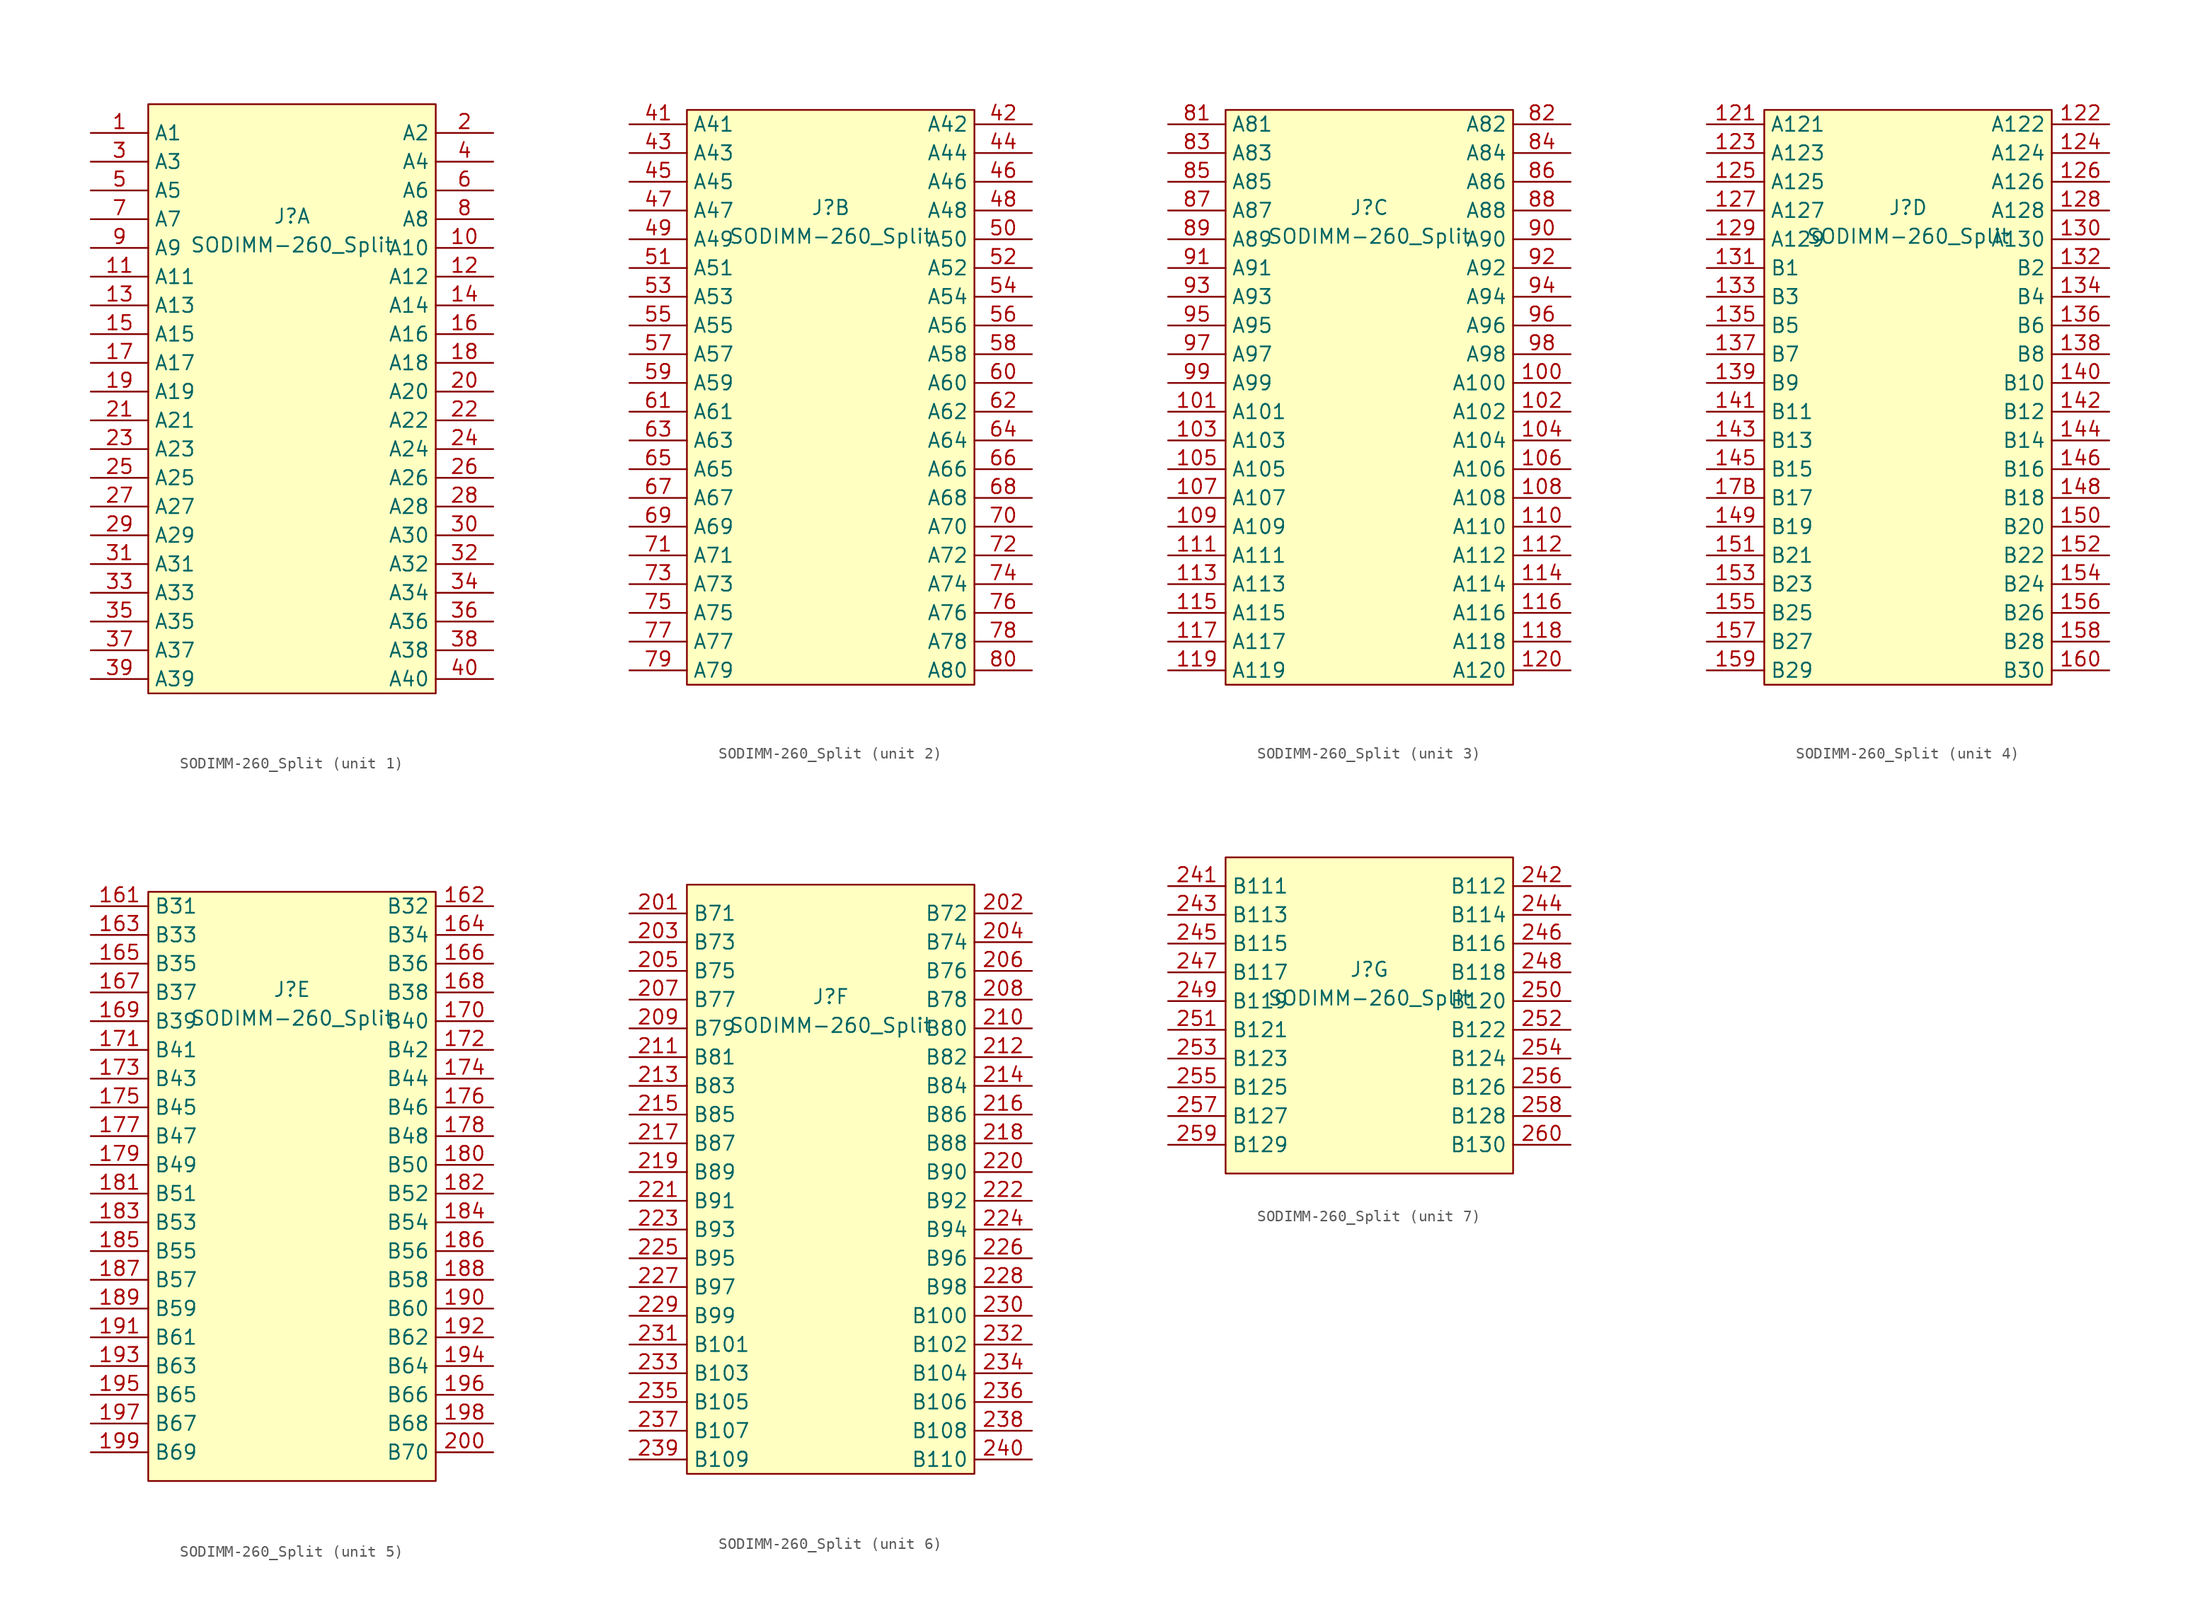
<source format=kicad_sym>
(kicad_symbol_lib
  (version 20241209)
  (generator "kicad_symbol_editor")
  (generator_version "9.0")
  (symbol "SODIMM-260_Split"
    (property "Reference" "J"
      (at 0 15.494 0)
      (effects (font (size 1.27 1.27))))
    (property "Value" "SODIMM-260_Split"
      (at 0 12.954 0)
      (effects (font (size 1.27 1.27))))
    (property "ki_locked" ""
      (at 0 0 0)
      (effects (font (size 1.27 1.27))))
    (symbol "SODIMM-260_Split_1_1"
      (rectangle (start -12.7 25.4) (end 12.7 -26.67) (stroke (width 0) (type default)) (fill (type background)))
      (pin passive line (at -17.78 22.86 0) (length 5.08) (name "A1" (effects (font (size 1.27 1.27)))) (number "1" (effects (font (size 1.27 1.27)))))
      (pin passive line (at -17.78 20.32 0) (length 5.08) (name "A3" (effects (font (size 1.27 1.27)))) (number "3" (effects (font (size 1.27 1.27)))))
      (pin passive line (at -17.78 17.78 0) (length 5.08) (name "A5" (effects (font (size 1.27 1.27)))) (number "5" (effects (font (size 1.27 1.27)))))
      (pin passive line (at -17.78 15.24 0) (length 5.08) (name "A7" (effects (font (size 1.27 1.27)))) (number "7" (effects (font (size 1.27 1.27)))))
      (pin passive line (at -17.78 12.7 0) (length 5.08) (name "A9" (effects (font (size 1.27 1.27)))) (number "9" (effects (font (size 1.27 1.27)))))
      (pin passive line (at -17.78 10.16 0) (length 5.08) (name "A11" (effects (font (size 1.27 1.27)))) (number "11" (effects (font (size 1.27 1.27)))))
      (pin passive line (at -17.78 7.62 0) (length 5.08) (name "A13" (effects (font (size 1.27 1.27)))) (number "13" (effects (font (size 1.27 1.27)))))
      (pin passive line (at -17.78 5.08 0) (length 5.08) (name "A15" (effects (font (size 1.27 1.27)))) (number "15" (effects (font (size 1.27 1.27)))))
      (pin passive line (at -17.78 2.54 0) (length 5.08) (name "A17" (effects (font (size 1.27 1.27)))) (number "17" (effects (font (size 1.27 1.27)))))
      (pin passive line (at -17.78 0 0) (length 5.08) (name "A19" (effects (font (size 1.27 1.27)))) (number "19" (effects (font (size 1.27 1.27)))))
      (pin passive line (at -17.78 -2.54 0) (length 5.08) (name "A21" (effects (font (size 1.27 1.27)))) (number "21" (effects (font (size 1.27 1.27)))))
      (pin passive line (at -17.78 -5.08 0) (length 5.08) (name "A23" (effects (font (size 1.27 1.27)))) (number "23" (effects (font (size 1.27 1.27)))))
      (pin passive line (at -17.78 -7.62 0) (length 5.08) (name "A25" (effects (font (size 1.27 1.27)))) (number "25" (effects (font (size 1.27 1.27)))))
      (pin passive line (at -17.78 -10.16 0) (length 5.08) (name "A27" (effects (font (size 1.27 1.27)))) (number "27" (effects (font (size 1.27 1.27)))))
      (pin passive line (at -17.78 -12.7 0) (length 5.08) (name "A29" (effects (font (size 1.27 1.27)))) (number "29" (effects (font (size 1.27 1.27)))))
      (pin passive line (at -17.78 -15.24 0) (length 5.08) (name "A31" (effects (font (size 1.27 1.27)))) (number "31" (effects (font (size 1.27 1.27)))))
      (pin passive line (at -17.78 -17.78 0) (length 5.08) (name "A33" (effects (font (size 1.27 1.27)))) (number "33" (effects (font (size 1.27 1.27)))))
      (pin passive line (at -17.78 -20.32 0) (length 5.08) (name "A35" (effects (font (size 1.27 1.27)))) (number "35" (effects (font (size 1.27 1.27)))))
      (pin passive line (at -17.78 -22.86 0) (length 5.08) (name "A37" (effects (font (size 1.27 1.27)))) (number "37" (effects (font (size 1.27 1.27)))))
      (pin passive line (at -17.78 -25.4 0) (length 5.08) (name "A39" (effects (font (size 1.27 1.27)))) (number "39" (effects (font (size 1.27 1.27)))))
      (pin passive line (at 17.78 22.86 180) (length 5.08) (name "A2" (effects (font (size 1.27 1.27)))) (number "2" (effects (font (size 1.27 1.27)))))
      (pin passive line (at 17.78 20.32 180) (length 5.08) (name "A4" (effects (font (size 1.27 1.27)))) (number "4" (effects (font (size 1.27 1.27)))))
      (pin passive line (at 17.78 17.78 180) (length 5.08) (name "A6" (effects (font (size 1.27 1.27)))) (number "6" (effects (font (size 1.27 1.27)))))
      (pin passive line (at 17.78 15.24 180) (length 5.08) (name "A8" (effects (font (size 1.27 1.27)))) (number "8" (effects (font (size 1.27 1.27)))))
      (pin passive line (at 17.78 12.7 180) (length 5.08) (name "A10" (effects (font (size 1.27 1.27)))) (number "10" (effects (font (size 1.27 1.27)))))
      (pin passive line (at 17.78 10.16 180) (length 5.08) (name "A12" (effects (font (size 1.27 1.27)))) (number "12" (effects (font (size 1.27 1.27)))))
      (pin passive line (at 17.78 7.62 180) (length 5.08) (name "A14" (effects (font (size 1.27 1.27)))) (number "14" (effects (font (size 1.27 1.27)))))
      (pin passive line (at 17.78 5.08 180) (length 5.08) (name "A16" (effects (font (size 1.27 1.27)))) (number "16" (effects (font (size 1.27 1.27)))))
      (pin passive line (at 17.78 2.54 180) (length 5.08) (name "A18" (effects (font (size 1.27 1.27)))) (number "18" (effects (font (size 1.27 1.27)))))
      (pin passive line (at 17.78 0 180) (length 5.08) (name "A20" (effects (font (size 1.27 1.27)))) (number "20" (effects (font (size 1.27 1.27)))))
      (pin passive line (at 17.78 -2.54 180) (length 5.08) (name "A22" (effects (font (size 1.27 1.27)))) (number "22" (effects (font (size 1.27 1.27)))))
      (pin passive line (at 17.78 -5.08 180) (length 5.08) (name "A24" (effects (font (size 1.27 1.27)))) (number "24" (effects (font (size 1.27 1.27)))))
      (pin passive line (at 17.78 -7.62 180) (length 5.08) (name "A26" (effects (font (size 1.27 1.27)))) (number "26" (effects (font (size 1.27 1.27)))))
      (pin passive line (at 17.78 -10.16 180) (length 5.08) (name "A28" (effects (font (size 1.27 1.27)))) (number "28" (effects (font (size 1.27 1.27)))))
      (pin passive line (at 17.78 -12.7 180) (length 5.08) (name "A30" (effects (font (size 1.27 1.27)))) (number "30" (effects (font (size 1.27 1.27)))))
      (pin passive line (at 17.78 -15.24 180) (length 5.08) (name "A32" (effects (font (size 1.27 1.27)))) (number "32" (effects (font (size 1.27 1.27)))))
      (pin passive line (at 17.78 -17.78 180) (length 5.08) (name "A34" (effects (font (size 1.27 1.27)))) (number "34" (effects (font (size 1.27 1.27)))))
      (pin passive line (at 17.78 -20.32 180) (length 5.08) (name "A36" (effects (font (size 1.27 1.27)))) (number "36" (effects (font (size 1.27 1.27)))))
      (pin passive line (at 17.78 -22.86 180) (length 5.08) (name "A38" (effects (font (size 1.27 1.27)))) (number "38" (effects (font (size 1.27 1.27)))))
      (pin passive line (at 17.78 -25.4 180) (length 5.08) (name "A40" (effects (font (size 1.27 1.27)))) (number "40" (effects (font (size 1.27 1.27))))))
    (symbol "SODIMM-260_Split_2_1"
      (rectangle (start -12.7 24.13) (end 12.7 -26.67) (stroke (width 0) (type default)) (fill (type background)))
      (pin passive line (at -17.78 22.86 0) (length 5.08) (name "A41" (effects (font (size 1.27 1.27)))) (number "41" (effects (font (size 1.27 1.27)))))
      (pin passive line (at -17.78 20.32 0) (length 5.08) (name "A43" (effects (font (size 1.27 1.27)))) (number "43" (effects (font (size 1.27 1.27)))))
      (pin passive line (at -17.78 17.78 0) (length 5.08) (name "A45" (effects (font (size 1.27 1.27)))) (number "45" (effects (font (size 1.27 1.27)))))
      (pin passive line (at -17.78 15.24 0) (length 5.08) (name "A47" (effects (font (size 1.27 1.27)))) (number "47" (effects (font (size 1.27 1.27)))))
      (pin passive line (at -17.78 12.7 0) (length 5.08) (name "A49" (effects (font (size 1.27 1.27)))) (number "49" (effects (font (size 1.27 1.27)))))
      (pin passive line (at -17.78 10.16 0) (length 5.08) (name "A51" (effects (font (size 1.27 1.27)))) (number "51" (effects (font (size 1.27 1.27)))))
      (pin passive line (at -17.78 7.62 0) (length 5.08) (name "A53" (effects (font (size 1.27 1.27)))) (number "53" (effects (font (size 1.27 1.27)))))
      (pin passive line (at -17.78 5.08 0) (length 5.08) (name "A55" (effects (font (size 1.27 1.27)))) (number "55" (effects (font (size 1.27 1.27)))))
      (pin passive line (at -17.78 2.54 0) (length 5.08) (name "A57" (effects (font (size 1.27 1.27)))) (number "57" (effects (font (size 1.27 1.27)))))
      (pin passive line (at -17.78 0 0) (length 5.08) (name "A59" (effects (font (size 1.27 1.27)))) (number "59" (effects (font (size 1.27 1.27)))))
      (pin passive line (at -17.78 -2.54 0) (length 5.08) (name "A61" (effects (font (size 1.27 1.27)))) (number "61" (effects (font (size 1.27 1.27)))))
      (pin passive line (at -17.78 -5.08 0) (length 5.08) (name "A63" (effects (font (size 1.27 1.27)))) (number "63" (effects (font (size 1.27 1.27)))))
      (pin passive line (at -17.78 -7.62 0) (length 5.08) (name "A65" (effects (font (size 1.27 1.27)))) (number "65" (effects (font (size 1.27 1.27)))))
      (pin passive line (at -17.78 -10.16 0) (length 5.08) (name "A67" (effects (font (size 1.27 1.27)))) (number "67" (effects (font (size 1.27 1.27)))))
      (pin passive line (at -17.78 -12.7 0) (length 5.08) (name "A69" (effects (font (size 1.27 1.27)))) (number "69" (effects (font (size 1.27 1.27)))))
      (pin passive line (at -17.78 -15.24 0) (length 5.08) (name "A71" (effects (font (size 1.27 1.27)))) (number "71" (effects (font (size 1.27 1.27)))))
      (pin passive line (at -17.78 -17.78 0) (length 5.08) (name "A73" (effects (font (size 1.27 1.27)))) (number "73" (effects (font (size 1.27 1.27)))))
      (pin passive line (at -17.78 -20.32 0) (length 5.08) (name "A75" (effects (font (size 1.27 1.27)))) (number "75" (effects (font (size 1.27 1.27)))))
      (pin passive line (at -17.78 -22.86 0) (length 5.08) (name "A77" (effects (font (size 1.27 1.27)))) (number "77" (effects (font (size 1.27 1.27)))))
      (pin passive line (at -17.78 -25.4 0) (length 5.08) (name "A79" (effects (font (size 1.27 1.27)))) (number "79" (effects (font (size 1.27 1.27)))))
      (pin passive line (at 17.78 22.86 180) (length 5.08) (name "A42" (effects (font (size 1.27 1.27)))) (number "42" (effects (font (size 1.27 1.27)))))
      (pin passive line (at 17.78 20.32 180) (length 5.08) (name "A44" (effects (font (size 1.27 1.27)))) (number "44" (effects (font (size 1.27 1.27)))))
      (pin passive line (at 17.78 17.78 180) (length 5.08) (name "A46" (effects (font (size 1.27 1.27)))) (number "46" (effects (font (size 1.27 1.27)))))
      (pin passive line (at 17.78 15.24 180) (length 5.08) (name "A48" (effects (font (size 1.27 1.27)))) (number "48" (effects (font (size 1.27 1.27)))))
      (pin passive line (at 17.78 12.7 180) (length 5.08) (name "A50" (effects (font (size 1.27 1.27)))) (number "50" (effects (font (size 1.27 1.27)))))
      (pin passive line (at 17.78 10.16 180) (length 5.08) (name "A52" (effects (font (size 1.27 1.27)))) (number "52" (effects (font (size 1.27 1.27)))))
      (pin passive line (at 17.78 7.62 180) (length 5.08) (name "A54" (effects (font (size 1.27 1.27)))) (number "54" (effects (font (size 1.27 1.27)))))
      (pin passive line (at 17.78 5.08 180) (length 5.08) (name "A56" (effects (font (size 1.27 1.27)))) (number "56" (effects (font (size 1.27 1.27)))))
      (pin passive line (at 17.78 2.54 180) (length 5.08) (name "A58" (effects (font (size 1.27 1.27)))) (number "58" (effects (font (size 1.27 1.27)))))
      (pin passive line (at 17.78 0 180) (length 5.08) (name "A60" (effects (font (size 1.27 1.27)))) (number "60" (effects (font (size 1.27 1.27)))))
      (pin passive line (at 17.78 -2.54 180) (length 5.08) (name "A62" (effects (font (size 1.27 1.27)))) (number "62" (effects (font (size 1.27 1.27)))))
      (pin passive line (at 17.78 -5.08 180) (length 5.08) (name "A64" (effects (font (size 1.27 1.27)))) (number "64" (effects (font (size 1.27 1.27)))))
      (pin passive line (at 17.78 -7.62 180) (length 5.08) (name "A66" (effects (font (size 1.27 1.27)))) (number "66" (effects (font (size 1.27 1.27)))))
      (pin passive line (at 17.78 -10.16 180) (length 5.08) (name "A68" (effects (font (size 1.27 1.27)))) (number "68" (effects (font (size 1.27 1.27)))))
      (pin passive line (at 17.78 -12.7 180) (length 5.08) (name "A70" (effects (font (size 1.27 1.27)))) (number "70" (effects (font (size 1.27 1.27)))))
      (pin passive line (at 17.78 -15.24 180) (length 5.08) (name "A72" (effects (font (size 1.27 1.27)))) (number "72" (effects (font (size 1.27 1.27)))))
      (pin passive line (at 17.78 -17.78 180) (length 5.08) (name "A74" (effects (font (size 1.27 1.27)))) (number "74" (effects (font (size 1.27 1.27)))))
      (pin passive line (at 17.78 -20.32 180) (length 5.08) (name "A76" (effects (font (size 1.27 1.27)))) (number "76" (effects (font (size 1.27 1.27)))))
      (pin passive line (at 17.78 -22.86 180) (length 5.08) (name "A78" (effects (font (size 1.27 1.27)))) (number "78" (effects (font (size 1.27 1.27)))))
      (pin passive line (at 17.78 -25.4 180) (length 5.08) (name "A80" (effects (font (size 1.27 1.27)))) (number "80" (effects (font (size 1.27 1.27))))))
    (symbol "SODIMM-260_Split_3_1"
      (rectangle (start -12.7 24.13) (end 12.7 -26.67) (stroke (width 0) (type default)) (fill (type background)))
      (pin passive line (at -17.78 22.86 0) (length 5.08) (name "A81" (effects (font (size 1.27 1.27)))) (number "81" (effects (font (size 1.27 1.27)))))
      (pin passive line (at -17.78 20.32 0) (length 5.08) (name "A83" (effects (font (size 1.27 1.27)))) (number "83" (effects (font (size 1.27 1.27)))))
      (pin passive line (at -17.78 17.78 0) (length 5.08) (name "A85" (effects (font (size 1.27 1.27)))) (number "85" (effects (font (size 1.27 1.27)))))
      (pin passive line (at -17.78 15.24 0) (length 5.08) (name "A87" (effects (font (size 1.27 1.27)))) (number "87" (effects (font (size 1.27 1.27)))))
      (pin passive line (at -17.78 12.7 0) (length 5.08) (name "A89" (effects (font (size 1.27 1.27)))) (number "89" (effects (font (size 1.27 1.27)))))
      (pin passive line (at -17.78 10.16 0) (length 5.08) (name "A91" (effects (font (size 1.27 1.27)))) (number "91" (effects (font (size 1.27 1.27)))))
      (pin passive line (at -17.78 7.62 0) (length 5.08) (name "A93" (effects (font (size 1.27 1.27)))) (number "93" (effects (font (size 1.27 1.27)))))
      (pin passive line (at -17.78 5.08 0) (length 5.08) (name "A95" (effects (font (size 1.27 1.27)))) (number "95" (effects (font (size 1.27 1.27)))))
      (pin passive line (at -17.78 2.54 0) (length 5.08) (name "A97" (effects (font (size 1.27 1.27)))) (number "97" (effects (font (size 1.27 1.27)))))
      (pin passive line (at -17.78 0 0) (length 5.08) (name "A99" (effects (font (size 1.27 1.27)))) (number "99" (effects (font (size 1.27 1.27)))))
      (pin passive line (at -17.78 -2.54 0) (length 5.08) (name "A101" (effects (font (size 1.27 1.27)))) (number "101" (effects (font (size 1.27 1.27)))))
      (pin passive line (at -17.78 -5.08 0) (length 5.08) (name "A103" (effects (font (size 1.27 1.27)))) (number "103" (effects (font (size 1.27 1.27)))))
      (pin passive line (at -17.78 -7.62 0) (length 5.08) (name "A105" (effects (font (size 1.27 1.27)))) (number "105" (effects (font (size 1.27 1.27)))))
      (pin passive line (at -17.78 -10.16 0) (length 5.08) (name "A107" (effects (font (size 1.27 1.27)))) (number "107" (effects (font (size 1.27 1.27)))))
      (pin passive line (at -17.78 -12.7 0) (length 5.08) (name "A109" (effects (font (size 1.27 1.27)))) (number "109" (effects (font (size 1.27 1.27)))))
      (pin passive line (at -17.78 -15.24 0) (length 5.08) (name "A111" (effects (font (size 1.27 1.27)))) (number "111" (effects (font (size 1.27 1.27)))))
      (pin passive line (at -17.78 -17.78 0) (length 5.08) (name "A113" (effects (font (size 1.27 1.27)))) (number "113" (effects (font (size 1.27 1.27)))))
      (pin passive line (at -17.78 -20.32 0) (length 5.08) (name "A115" (effects (font (size 1.27 1.27)))) (number "115" (effects (font (size 1.27 1.27)))))
      (pin passive line (at -17.78 -22.86 0) (length 5.08) (name "A117" (effects (font (size 1.27 1.27)))) (number "117" (effects (font (size 1.27 1.27)))))
      (pin passive line (at -17.78 -25.4 0) (length 5.08) (name "A119" (effects (font (size 1.27 1.27)))) (number "119" (effects (font (size 1.27 1.27)))))
      (pin passive line (at 17.78 22.86 180) (length 5.08) (name "A82" (effects (font (size 1.27 1.27)))) (number "82" (effects (font (size 1.27 1.27)))))
      (pin passive line (at 17.78 20.32 180) (length 5.08) (name "A84" (effects (font (size 1.27 1.27)))) (number "84" (effects (font (size 1.27 1.27)))))
      (pin passive line (at 17.78 17.78 180) (length 5.08) (name "A86" (effects (font (size 1.27 1.27)))) (number "86" (effects (font (size 1.27 1.27)))))
      (pin passive line (at 17.78 15.24 180) (length 5.08) (name "A88" (effects (font (size 1.27 1.27)))) (number "88" (effects (font (size 1.27 1.27)))))
      (pin passive line (at 17.78 12.7 180) (length 5.08) (name "A90" (effects (font (size 1.27 1.27)))) (number "90" (effects (font (size 1.27 1.27)))))
      (pin passive line (at 17.78 10.16 180) (length 5.08) (name "A92" (effects (font (size 1.27 1.27)))) (number "92" (effects (font (size 1.27 1.27)))))
      (pin passive line (at 17.78 7.62 180) (length 5.08) (name "A94" (effects (font (size 1.27 1.27)))) (number "94" (effects (font (size 1.27 1.27)))))
      (pin passive line (at 17.78 5.08 180) (length 5.08) (name "A96" (effects (font (size 1.27 1.27)))) (number "96" (effects (font (size 1.27 1.27)))))
      (pin passive line (at 17.78 2.54 180) (length 5.08) (name "A98" (effects (font (size 1.27 1.27)))) (number "98" (effects (font (size 1.27 1.27)))))
      (pin passive line (at 17.78 0 180) (length 5.08) (name "A100" (effects (font (size 1.27 1.27)))) (number "100" (effects (font (size 1.27 1.27)))))
      (pin passive line (at 17.78 -2.54 180) (length 5.08) (name "A102" (effects (font (size 1.27 1.27)))) (number "102" (effects (font (size 1.27 1.27)))))
      (pin passive line (at 17.78 -5.08 180) (length 5.08) (name "A104" (effects (font (size 1.27 1.27)))) (number "104" (effects (font (size 1.27 1.27)))))
      (pin passive line (at 17.78 -7.62 180) (length 5.08) (name "A106" (effects (font (size 1.27 1.27)))) (number "106" (effects (font (size 1.27 1.27)))))
      (pin passive line (at 17.78 -10.16 180) (length 5.08) (name "A108" (effects (font (size 1.27 1.27)))) (number "108" (effects (font (size 1.27 1.27)))))
      (pin passive line (at 17.78 -12.7 180) (length 5.08) (name "A110" (effects (font (size 1.27 1.27)))) (number "110" (effects (font (size 1.27 1.27)))))
      (pin passive line (at 17.78 -15.24 180) (length 5.08) (name "A112" (effects (font (size 1.27 1.27)))) (number "112" (effects (font (size 1.27 1.27)))))
      (pin passive line (at 17.78 -17.78 180) (length 5.08) (name "A114" (effects (font (size 1.27 1.27)))) (number "114" (effects (font (size 1.27 1.27)))))
      (pin passive line (at 17.78 -20.32 180) (length 5.08) (name "A116" (effects (font (size 1.27 1.27)))) (number "116" (effects (font (size 1.27 1.27)))))
      (pin passive line (at 17.78 -22.86 180) (length 5.08) (name "A118" (effects (font (size 1.27 1.27)))) (number "118" (effects (font (size 1.27 1.27)))))
      (pin passive line (at 17.78 -25.4 180) (length 5.08) (name "A120" (effects (font (size 1.27 1.27)))) (number "120" (effects (font (size 1.27 1.27))))))
    (symbol "SODIMM-260_Split_4_1"
      (rectangle (start -12.7 24.13) (end 12.7 -26.67) (stroke (width 0) (type default)) (fill (type background)))
      (pin passive line (at -17.78 22.86 0) (length 5.08) (name "A121" (effects (font (size 1.27 1.27)))) (number "121" (effects (font (size 1.27 1.27)))))
      (pin passive line (at -17.78 20.32 0) (length 5.08) (name "A123" (effects (font (size 1.27 1.27)))) (number "123" (effects (font (size 1.27 1.27)))))
      (pin passive line (at -17.78 17.78 0) (length 5.08) (name "A125" (effects (font (size 1.27 1.27)))) (number "125" (effects (font (size 1.27 1.27)))))
      (pin passive line (at -17.78 15.24 0) (length 5.08) (name "A127" (effects (font (size 1.27 1.27)))) (number "127" (effects (font (size 1.27 1.27)))))
      (pin passive line (at -17.78 12.7 0) (length 5.08) (name "A129" (effects (font (size 1.27 1.27)))) (number "129" (effects (font (size 1.27 1.27)))))
      (pin passive line (at -17.78 10.16 0) (length 5.08) (name "B1" (effects (font (size 1.27 1.27)))) (number "131" (effects (font (size 1.27 1.27)))))
      (pin passive line (at -17.78 7.62 0) (length 5.08) (name "B3" (effects (font (size 1.27 1.27)))) (number "133" (effects (font (size 1.27 1.27)))))
      (pin passive line (at -17.78 5.08 0) (length 5.08) (name "B5" (effects (font (size 1.27 1.27)))) (number "135" (effects (font (size 1.27 1.27)))))
      (pin passive line (at -17.78 2.54 0) (length 5.08) (name "B7" (effects (font (size 1.27 1.27)))) (number "137" (effects (font (size 1.27 1.27)))))
      (pin passive line (at -17.78 0 0) (length 5.08) (name "B9" (effects (font (size 1.27 1.27)))) (number "139" (effects (font (size 1.27 1.27)))))
      (pin passive line (at -17.78 -2.54 0) (length 5.08) (name "B11" (effects (font (size 1.27 1.27)))) (number "141" (effects (font (size 1.27 1.27)))))
      (pin passive line (at -17.78 -5.08 0) (length 5.08) (name "B13" (effects (font (size 1.27 1.27)))) (number "143" (effects (font (size 1.27 1.27)))))
      (pin passive line (at -17.78 -7.62 0) (length 5.08) (name "B15" (effects (font (size 1.27 1.27)))) (number "145" (effects (font (size 1.27 1.27)))))
      (pin passive line (at -17.78 -10.16 0) (length 5.08) (name "B17" (effects (font (size 1.27 1.27)))) (number "17B" (effects (font (size 1.27 1.27)))))
      (pin passive line (at -17.78 -12.7 0) (length 5.08) (name "B19" (effects (font (size 1.27 1.27)))) (number "149" (effects (font (size 1.27 1.27)))))
      (pin passive line (at -17.78 -15.24 0) (length 5.08) (name "B21" (effects (font (size 1.27 1.27)))) (number "151" (effects (font (size 1.27 1.27)))))
      (pin passive line (at -17.78 -17.78 0) (length 5.08) (name "B23" (effects (font (size 1.27 1.27)))) (number "153" (effects (font (size 1.27 1.27)))))
      (pin passive line (at -17.78 -20.32 0) (length 5.08) (name "B25" (effects (font (size 1.27 1.27)))) (number "155" (effects (font (size 1.27 1.27)))))
      (pin passive line (at -17.78 -22.86 0) (length 5.08) (name "B27" (effects (font (size 1.27 1.27)))) (number "157" (effects (font (size 1.27 1.27)))))
      (pin passive line (at -17.78 -25.4 0) (length 5.08) (name "B29" (effects (font (size 1.27 1.27)))) (number "159" (effects (font (size 1.27 1.27)))))
      (pin passive line (at 17.78 22.86 180) (length 5.08) (name "A122" (effects (font (size 1.27 1.27)))) (number "122" (effects (font (size 1.27 1.27)))))
      (pin passive line (at 17.78 20.32 180) (length 5.08) (name "A124" (effects (font (size 1.27 1.27)))) (number "124" (effects (font (size 1.27 1.27)))))
      (pin passive line (at 17.78 17.78 180) (length 5.08) (name "A126" (effects (font (size 1.27 1.27)))) (number "126" (effects (font (size 1.27 1.27)))))
      (pin passive line (at 17.78 15.24 180) (length 5.08) (name "A128" (effects (font (size 1.27 1.27)))) (number "128" (effects (font (size 1.27 1.27)))))
      (pin passive line (at 17.78 12.7 180) (length 5.08) (name "A130" (effects (font (size 1.27 1.27)))) (number "130" (effects (font (size 1.27 1.27)))))
      (pin passive line (at 17.78 10.16 180) (length 5.08) (name "B2" (effects (font (size 1.27 1.27)))) (number "132" (effects (font (size 1.27 1.27)))))
      (pin passive line (at 17.78 7.62 180) (length 5.08) (name "B4" (effects (font (size 1.27 1.27)))) (number "134" (effects (font (size 1.27 1.27)))))
      (pin passive line (at 17.78 5.08 180) (length 5.08) (name "B6" (effects (font (size 1.27 1.27)))) (number "136" (effects (font (size 1.27 1.27)))))
      (pin passive line (at 17.78 2.54 180) (length 5.08) (name "B8" (effects (font (size 1.27 1.27)))) (number "138" (effects (font (size 1.27 1.27)))))
      (pin passive line (at 17.78 0 180) (length 5.08) (name "B10" (effects (font (size 1.27 1.27)))) (number "140" (effects (font (size 1.27 1.27)))))
      (pin passive line (at 17.78 -2.54 180) (length 5.08) (name "B12" (effects (font (size 1.27 1.27)))) (number "142" (effects (font (size 1.27 1.27)))))
      (pin passive line (at 17.78 -5.08 180) (length 5.08) (name "B14" (effects (font (size 1.27 1.27)))) (number "144" (effects (font (size 1.27 1.27)))))
      (pin passive line (at 17.78 -7.62 180) (length 5.08) (name "B16" (effects (font (size 1.27 1.27)))) (number "146" (effects (font (size 1.27 1.27)))))
      (pin passive line (at 17.78 -10.16 180) (length 5.08) (name "B18" (effects (font (size 1.27 1.27)))) (number "148" (effects (font (size 1.27 1.27)))))
      (pin passive line (at 17.78 -12.7 180) (length 5.08) (name "B20" (effects (font (size 1.27 1.27)))) (number "150" (effects (font (size 1.27 1.27)))))
      (pin passive line (at 17.78 -15.24 180) (length 5.08) (name "B22" (effects (font (size 1.27 1.27)))) (number "152" (effects (font (size 1.27 1.27)))))
      (pin passive line (at 17.78 -17.78 180) (length 5.08) (name "B24" (effects (font (size 1.27 1.27)))) (number "154" (effects (font (size 1.27 1.27)))))
      (pin passive line (at 17.78 -20.32 180) (length 5.08) (name "B26" (effects (font (size 1.27 1.27)))) (number "156" (effects (font (size 1.27 1.27)))))
      (pin passive line (at 17.78 -22.86 180) (length 5.08) (name "B28" (effects (font (size 1.27 1.27)))) (number "158" (effects (font (size 1.27 1.27)))))
      (pin passive line (at 17.78 -25.4 180) (length 5.08) (name "B30" (effects (font (size 1.27 1.27)))) (number "160" (effects (font (size 1.27 1.27))))))
    (symbol "SODIMM-260_Split_5_1"
      (rectangle (start -12.7 24.13) (end 12.7 -27.94) (stroke (width 0) (type default)) (fill (type background)))
      (pin passive line (at -17.78 22.86 0) (length 5.08) (name "B31" (effects (font (size 1.27 1.27)))) (number "161" (effects (font (size 1.27 1.27)))))
      (pin passive line (at -17.78 20.32 0) (length 5.08) (name "B33" (effects (font (size 1.27 1.27)))) (number "163" (effects (font (size 1.27 1.27)))))
      (pin passive line (at -17.78 17.78 0) (length 5.08) (name "B35" (effects (font (size 1.27 1.27)))) (number "165" (effects (font (size 1.27 1.27)))))
      (pin passive line (at -17.78 15.24 0) (length 5.08) (name "B37" (effects (font (size 1.27 1.27)))) (number "167" (effects (font (size 1.27 1.27)))))
      (pin passive line (at -17.78 12.7 0) (length 5.08) (name "B39" (effects (font (size 1.27 1.27)))) (number "169" (effects (font (size 1.27 1.27)))))
      (pin passive line (at -17.78 10.16 0) (length 5.08) (name "B41" (effects (font (size 1.27 1.27)))) (number "171" (effects (font (size 1.27 1.27)))))
      (pin passive line (at -17.78 7.62 0) (length 5.08) (name "B43" (effects (font (size 1.27 1.27)))) (number "173" (effects (font (size 1.27 1.27)))))
      (pin passive line (at -17.78 5.08 0) (length 5.08) (name "B45" (effects (font (size 1.27 1.27)))) (number "175" (effects (font (size 1.27 1.27)))))
      (pin passive line (at -17.78 2.54 0) (length 5.08) (name "B47" (effects (font (size 1.27 1.27)))) (number "177" (effects (font (size 1.27 1.27)))))
      (pin passive line (at -17.78 0 0) (length 5.08) (name "B49" (effects (font (size 1.27 1.27)))) (number "179" (effects (font (size 1.27 1.27)))))
      (pin passive line (at -17.78 -2.54 0) (length 5.08) (name "B51" (effects (font (size 1.27 1.27)))) (number "181" (effects (font (size 1.27 1.27)))))
      (pin passive line (at -17.78 -5.08 0) (length 5.08) (name "B53" (effects (font (size 1.27 1.27)))) (number "183" (effects (font (size 1.27 1.27)))))
      (pin passive line (at -17.78 -7.62 0) (length 5.08) (name "B55" (effects (font (size 1.27 1.27)))) (number "185" (effects (font (size 1.27 1.27)))))
      (pin passive line (at -17.78 -10.16 0) (length 5.08) (name "B57" (effects (font (size 1.27 1.27)))) (number "187" (effects (font (size 1.27 1.27)))))
      (pin passive line (at -17.78 -12.7 0) (length 5.08) (name "B59" (effects (font (size 1.27 1.27)))) (number "189" (effects (font (size 1.27 1.27)))))
      (pin passive line (at -17.78 -15.24 0) (length 5.08) (name "B61" (effects (font (size 1.27 1.27)))) (number "191" (effects (font (size 1.27 1.27)))))
      (pin passive line (at -17.78 -17.78 0) (length 5.08) (name "B63" (effects (font (size 1.27 1.27)))) (number "193" (effects (font (size 1.27 1.27)))))
      (pin passive line (at -17.78 -20.32 0) (length 5.08) (name "B65" (effects (font (size 1.27 1.27)))) (number "195" (effects (font (size 1.27 1.27)))))
      (pin passive line (at -17.78 -22.86 0) (length 5.08) (name "B67" (effects (font (size 1.27 1.27)))) (number "197" (effects (font (size 1.27 1.27)))))
      (pin passive line (at -17.78 -25.4 0) (length 5.08) (name "B69" (effects (font (size 1.27 1.27)))) (number "199" (effects (font (size 1.27 1.27)))))
      (pin passive line (at 17.78 22.86 180) (length 5.08) (name "B32" (effects (font (size 1.27 1.27)))) (number "162" (effects (font (size 1.27 1.27)))))
      (pin passive line (at 17.78 20.32 180) (length 5.08) (name "B34" (effects (font (size 1.27 1.27)))) (number "164" (effects (font (size 1.27 1.27)))))
      (pin passive line (at 17.78 17.78 180) (length 5.08) (name "B36" (effects (font (size 1.27 1.27)))) (number "166" (effects (font (size 1.27 1.27)))))
      (pin passive line (at 17.78 15.24 180) (length 5.08) (name "B38" (effects (font (size 1.27 1.27)))) (number "168" (effects (font (size 1.27 1.27)))))
      (pin passive line (at 17.78 12.7 180) (length 5.08) (name "B40" (effects (font (size 1.27 1.27)))) (number "170" (effects (font (size 1.27 1.27)))))
      (pin passive line (at 17.78 10.16 180) (length 5.08) (name "B42" (effects (font (size 1.27 1.27)))) (number "172" (effects (font (size 1.27 1.27)))))
      (pin passive line (at 17.78 7.62 180) (length 5.08) (name "B44" (effects (font (size 1.27 1.27)))) (number "174" (effects (font (size 1.27 1.27)))))
      (pin passive line (at 17.78 5.08 180) (length 5.08) (name "B46" (effects (font (size 1.27 1.27)))) (number "176" (effects (font (size 1.27 1.27)))))
      (pin passive line (at 17.78 2.54 180) (length 5.08) (name "B48" (effects (font (size 1.27 1.27)))) (number "178" (effects (font (size 1.27 1.27)))))
      (pin passive line (at 17.78 0 180) (length 5.08) (name "B50" (effects (font (size 1.27 1.27)))) (number "180" (effects (font (size 1.27 1.27)))))
      (pin passive line (at 17.78 -2.54 180) (length 5.08) (name "B52" (effects (font (size 1.27 1.27)))) (number "182" (effects (font (size 1.27 1.27)))))
      (pin passive line (at 17.78 -5.08 180) (length 5.08) (name "B54" (effects (font (size 1.27 1.27)))) (number "184" (effects (font (size 1.27 1.27)))))
      (pin passive line (at 17.78 -7.62 180) (length 5.08) (name "B56" (effects (font (size 1.27 1.27)))) (number "186" (effects (font (size 1.27 1.27)))))
      (pin passive line (at 17.78 -10.16 180) (length 5.08) (name "B58" (effects (font (size 1.27 1.27)))) (number "188" (effects (font (size 1.27 1.27)))))
      (pin passive line (at 17.78 -12.7 180) (length 5.08) (name "B60" (effects (font (size 1.27 1.27)))) (number "190" (effects (font (size 1.27 1.27)))))
      (pin passive line (at 17.78 -15.24 180) (length 5.08) (name "B62" (effects (font (size 1.27 1.27)))) (number "192" (effects (font (size 1.27 1.27)))))
      (pin passive line (at 17.78 -17.78 180) (length 5.08) (name "B64" (effects (font (size 1.27 1.27)))) (number "194" (effects (font (size 1.27 1.27)))))
      (pin passive line (at 17.78 -20.32 180) (length 5.08) (name "B66" (effects (font (size 1.27 1.27)))) (number "196" (effects (font (size 1.27 1.27)))))
      (pin passive line (at 17.78 -22.86 180) (length 5.08) (name "B68" (effects (font (size 1.27 1.27)))) (number "198" (effects (font (size 1.27 1.27)))))
      (pin passive line (at 17.78 -25.4 180) (length 5.08) (name "B70" (effects (font (size 1.27 1.27)))) (number "200" (effects (font (size 1.27 1.27))))))
    (symbol "SODIMM-260_Split_6_1"
      (rectangle (start -12.7 25.4) (end 12.7 -26.67) (stroke (width 0) (type default)) (fill (type background)))
      (pin passive line (at -17.78 22.86 0) (length 5.08) (name "B71" (effects (font (size 1.27 1.27)))) (number "201" (effects (font (size 1.27 1.27)))))
      (pin passive line (at -17.78 20.32 0) (length 5.08) (name "B73" (effects (font (size 1.27 1.27)))) (number "203" (effects (font (size 1.27 1.27)))))
      (pin passive line (at -17.78 17.78 0) (length 5.08) (name "B75" (effects (font (size 1.27 1.27)))) (number "205" (effects (font (size 1.27 1.27)))))
      (pin passive line (at -17.78 15.24 0) (length 5.08) (name "B77" (effects (font (size 1.27 1.27)))) (number "207" (effects (font (size 1.27 1.27)))))
      (pin passive line (at -17.78 12.7 0) (length 5.08) (name "B79" (effects (font (size 1.27 1.27)))) (number "209" (effects (font (size 1.27 1.27)))))
      (pin passive line (at -17.78 10.16 0) (length 5.08) (name "B81" (effects (font (size 1.27 1.27)))) (number "211" (effects (font (size 1.27 1.27)))))
      (pin passive line (at -17.78 7.62 0) (length 5.08) (name "B83" (effects (font (size 1.27 1.27)))) (number "213" (effects (font (size 1.27 1.27)))))
      (pin passive line (at -17.78 5.08 0) (length 5.08) (name "B85" (effects (font (size 1.27 1.27)))) (number "215" (effects (font (size 1.27 1.27)))))
      (pin passive line (at -17.78 2.54 0) (length 5.08) (name "B87" (effects (font (size 1.27 1.27)))) (number "217" (effects (font (size 1.27 1.27)))))
      (pin passive line (at -17.78 0 0) (length 5.08) (name "B89" (effects (font (size 1.27 1.27)))) (number "219" (effects (font (size 1.27 1.27)))))
      (pin passive line (at -17.78 -2.54 0) (length 5.08) (name "B91" (effects (font (size 1.27 1.27)))) (number "221" (effects (font (size 1.27 1.27)))))
      (pin passive line (at -17.78 -5.08 0) (length 5.08) (name "B93" (effects (font (size 1.27 1.27)))) (number "223" (effects (font (size 1.27 1.27)))))
      (pin passive line (at -17.78 -7.62 0) (length 5.08) (name "B95" (effects (font (size 1.27 1.27)))) (number "225" (effects (font (size 1.27 1.27)))))
      (pin passive line (at -17.78 -10.16 0) (length 5.08) (name "B97" (effects (font (size 1.27 1.27)))) (number "227" (effects (font (size 1.27 1.27)))))
      (pin passive line (at -17.78 -12.7 0) (length 5.08) (name "B99" (effects (font (size 1.27 1.27)))) (number "229" (effects (font (size 1.27 1.27)))))
      (pin passive line (at -17.78 -15.24 0) (length 5.08) (name "B101" (effects (font (size 1.27 1.27)))) (number "231" (effects (font (size 1.27 1.27)))))
      (pin passive line (at -17.78 -17.78 0) (length 5.08) (name "B103" (effects (font (size 1.27 1.27)))) (number "233" (effects (font (size 1.27 1.27)))))
      (pin passive line (at -17.78 -20.32 0) (length 5.08) (name "B105" (effects (font (size 1.27 1.27)))) (number "235" (effects (font (size 1.27 1.27)))))
      (pin passive line (at -17.78 -22.86 0) (length 5.08) (name "B107" (effects (font (size 1.27 1.27)))) (number "237" (effects (font (size 1.27 1.27)))))
      (pin passive line (at -17.78 -25.4 0) (length 5.08) (name "B109" (effects (font (size 1.27 1.27)))) (number "239" (effects (font (size 1.27 1.27)))))
      (pin passive line (at 17.78 22.86 180) (length 5.08) (name "B72" (effects (font (size 1.27 1.27)))) (number "202" (effects (font (size 1.27 1.27)))))
      (pin passive line (at 17.78 20.32 180) (length 5.08) (name "B74" (effects (font (size 1.27 1.27)))) (number "204" (effects (font (size 1.27 1.27)))))
      (pin passive line (at 17.78 17.78 180) (length 5.08) (name "B76" (effects (font (size 1.27 1.27)))) (number "206" (effects (font (size 1.27 1.27)))))
      (pin passive line (at 17.78 15.24 180) (length 5.08) (name "B78" (effects (font (size 1.27 1.27)))) (number "208" (effects (font (size 1.27 1.27)))))
      (pin passive line (at 17.78 12.7 180) (length 5.08) (name "B80" (effects (font (size 1.27 1.27)))) (number "210" (effects (font (size 1.27 1.27)))))
      (pin passive line (at 17.78 10.16 180) (length 5.08) (name "B82" (effects (font (size 1.27 1.27)))) (number "212" (effects (font (size 1.27 1.27)))))
      (pin passive line (at 17.78 7.62 180) (length 5.08) (name "B84" (effects (font (size 1.27 1.27)))) (number "214" (effects (font (size 1.27 1.27)))))
      (pin passive line (at 17.78 5.08 180) (length 5.08) (name "B86" (effects (font (size 1.27 1.27)))) (number "216" (effects (font (size 1.27 1.27)))))
      (pin passive line (at 17.78 2.54 180) (length 5.08) (name "B88" (effects (font (size 1.27 1.27)))) (number "218" (effects (font (size 1.27 1.27)))))
      (pin passive line (at 17.78 0 180) (length 5.08) (name "B90" (effects (font (size 1.27 1.27)))) (number "220" (effects (font (size 1.27 1.27)))))
      (pin passive line (at 17.78 -2.54 180) (length 5.08) (name "B92" (effects (font (size 1.27 1.27)))) (number "222" (effects (font (size 1.27 1.27)))))
      (pin passive line (at 17.78 -5.08 180) (length 5.08) (name "B94" (effects (font (size 1.27 1.27)))) (number "224" (effects (font (size 1.27 1.27)))))
      (pin passive line (at 17.78 -7.62 180) (length 5.08) (name "B96" (effects (font (size 1.27 1.27)))) (number "226" (effects (font (size 1.27 1.27)))))
      (pin passive line (at 17.78 -10.16 180) (length 5.08) (name "B98" (effects (font (size 1.27 1.27)))) (number "228" (effects (font (size 1.27 1.27)))))
      (pin passive line (at 17.78 -12.7 180) (length 5.08) (name "B100" (effects (font (size 1.27 1.27)))) (number "230" (effects (font (size 1.27 1.27)))))
      (pin passive line (at 17.78 -15.24 180) (length 5.08) (name "B102" (effects (font (size 1.27 1.27)))) (number "232" (effects (font (size 1.27 1.27)))))
      (pin passive line (at 17.78 -17.78 180) (length 5.08) (name "B104" (effects (font (size 1.27 1.27)))) (number "234" (effects (font (size 1.27 1.27)))))
      (pin passive line (at 17.78 -20.32 180) (length 5.08) (name "B106" (effects (font (size 1.27 1.27)))) (number "236" (effects (font (size 1.27 1.27)))))
      (pin passive line (at 17.78 -22.86 180) (length 5.08) (name "B108" (effects (font (size 1.27 1.27)))) (number "238" (effects (font (size 1.27 1.27)))))
      (pin passive line (at 17.78 -25.4 180) (length 5.08) (name "B110" (effects (font (size 1.27 1.27)))) (number "240" (effects (font (size 1.27 1.27))))))
    (symbol "SODIMM-260_Split_7_1"
      (rectangle (start -12.7 25.4) (end 12.7 -2.54) (stroke (width 0) (type default)) (fill (type background)))
      (pin passive line (at -17.78 22.86 0) (length 5.08) (name "B111" (effects (font (size 1.27 1.27)))) (number "241" (effects (font (size 1.27 1.27)))))
      (pin passive line (at -17.78 20.32 0) (length 5.08) (name "B113" (effects (font (size 1.27 1.27)))) (number "243" (effects (font (size 1.27 1.27)))))
      (pin passive line (at -17.78 17.78 0) (length 5.08) (name "B115" (effects (font (size 1.27 1.27)))) (number "245" (effects (font (size 1.27 1.27)))))
      (pin passive line (at -17.78 15.24 0) (length 5.08) (name "B117" (effects (font (size 1.27 1.27)))) (number "247" (effects (font (size 1.27 1.27)))))
      (pin passive line (at -17.78 12.7 0) (length 5.08) (name "B119" (effects (font (size 1.27 1.27)))) (number "249" (effects (font (size 1.27 1.27)))))
      (pin passive line (at -17.78 10.16 0) (length 5.08) (name "B121" (effects (font (size 1.27 1.27)))) (number "251" (effects (font (size 1.27 1.27)))))
      (pin passive line (at -17.78 7.62 0) (length 5.08) (name "B123" (effects (font (size 1.27 1.27)))) (number "253" (effects (font (size 1.27 1.27)))))
      (pin passive line (at -17.78 5.08 0) (length 5.08) (name "B125" (effects (font (size 1.27 1.27)))) (number "255" (effects (font (size 1.27 1.27)))))
      (pin passive line (at -17.78 2.54 0) (length 5.08) (name "B127" (effects (font (size 1.27 1.27)))) (number "257" (effects (font (size 1.27 1.27)))))
      (pin passive line (at -17.78 0 0) (length 5.08) (name "B129" (effects (font (size 1.27 1.27)))) (number "259" (effects (font (size 1.27 1.27)))))
      (pin passive line (at 17.78 22.86 180) (length 5.08) (name "B112" (effects (font (size 1.27 1.27)))) (number "242" (effects (font (size 1.27 1.27)))))
      (pin passive line (at 17.78 20.32 180) (length 5.08) (name "B114" (effects (font (size 1.27 1.27)))) (number "244" (effects (font (size 1.27 1.27)))))
      (pin passive line (at 17.78 17.78 180) (length 5.08) (name "B116" (effects (font (size 1.27 1.27)))) (number "246" (effects (font (size 1.27 1.27)))))
      (pin passive line (at 17.78 15.24 180) (length 5.08) (name "B118" (effects (font (size 1.27 1.27)))) (number "248" (effects (font (size 1.27 1.27)))))
      (pin passive line (at 17.78 12.7 180) (length 5.08) (name "B120" (effects (font (size 1.27 1.27)))) (number "250" (effects (font (size 1.27 1.27)))))
      (pin passive line (at 17.78 10.16 180) (length 5.08) (name "B122" (effects (font (size 1.27 1.27)))) (number "252" (effects (font (size 1.27 1.27)))))
      (pin passive line (at 17.78 7.62 180) (length 5.08) (name "B124" (effects (font (size 1.27 1.27)))) (number "254" (effects (font (size 1.27 1.27)))))
      (pin passive line (at 17.78 5.08 180) (length 5.08) (name "B126" (effects (font (size 1.27 1.27)))) (number "256" (effects (font (size 1.27 1.27)))))
      (pin passive line (at 17.78 2.54 180) (length 5.08) (name "B128" (effects (font (size 1.27 1.27)))) (number "258" (effects (font (size 1.27 1.27)))))
      (pin passive line (at 17.78 0 180) (length 5.08) (name "B130" (effects (font (size 1.27 1.27)))) (number "260" (effects (font (size 1.27 1.27))))))))
</source>
